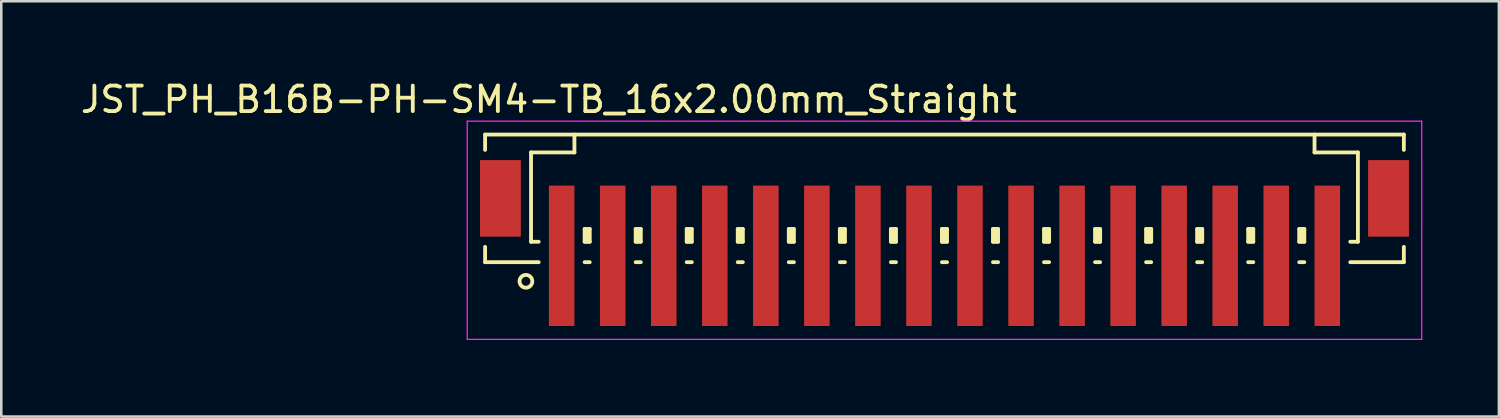
<source format=kicad_pcb>
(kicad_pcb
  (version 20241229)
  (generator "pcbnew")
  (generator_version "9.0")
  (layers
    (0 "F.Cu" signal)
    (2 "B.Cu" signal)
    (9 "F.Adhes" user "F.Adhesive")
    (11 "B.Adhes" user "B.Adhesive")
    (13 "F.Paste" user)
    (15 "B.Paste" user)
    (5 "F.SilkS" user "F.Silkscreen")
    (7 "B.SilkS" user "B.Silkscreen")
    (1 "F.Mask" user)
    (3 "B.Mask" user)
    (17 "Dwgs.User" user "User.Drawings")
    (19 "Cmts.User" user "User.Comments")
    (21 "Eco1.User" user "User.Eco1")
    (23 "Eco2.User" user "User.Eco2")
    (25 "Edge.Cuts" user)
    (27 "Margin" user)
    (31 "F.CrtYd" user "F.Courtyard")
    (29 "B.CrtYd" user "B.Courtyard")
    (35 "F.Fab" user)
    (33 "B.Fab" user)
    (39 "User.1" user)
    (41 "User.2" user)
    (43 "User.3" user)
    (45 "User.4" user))
  (footprint "JST_PH_B16B-PH-SM4-TB_16x2.00mm_Straight"
    (layer "F.Cu")
    (at 33.958 5.848)
    (property "Reference" "JST_PH_B16B-PH-SM4-TB_16x2.00mm_Straight" (at -15.5 -5 0) (layer "F.SilkS") (effects (font (size 1 1) (thickness 0.15))))
    (attr smd)
    (fp_line (start -18 -3.625) (end 18 -3.625) (stroke (width 0.15) (type solid)) (layer "F.SilkS"))
    (fp_line (start -18 -3.025) (end -18 -3.625) (stroke (width 0.15) (type solid)) (layer "F.SilkS"))
    (fp_line (start -18 0.775) (end -18 1.375) (stroke (width 0.15) (type solid)) (layer "F.SilkS"))
    (fp_line (start -18 1.375) (end -15.9 1.375) (stroke (width 0.15) (type solid)) (layer "F.SilkS"))
    (fp_line (start -16.2 -2.925) (end -16.2 0.575) (stroke (width 0.15) (type solid)) (layer "F.SilkS"))
    (fp_line (start -16.2 0.575) (end -15.9 0.575) (stroke (width 0.15) (type solid)) (layer "F.SilkS"))
    (fp_line (start -14.5 -3.625) (end -14.5 -2.925) (stroke (width 0.15) (type solid)) (layer "F.SilkS"))
    (fp_line (start -14.5 -2.925) (end -16.2 -2.925) (stroke (width 0.15) (type solid)) (layer "F.SilkS"))
    (fp_line (start -14.1 0.075) (end -13.9 0.075) (stroke (width 0.15) (type solid)) (layer "F.SilkS"))
    (fp_line (start -14.1 0.575) (end -14.1 0.075) (stroke (width 0.15) (type solid)) (layer "F.SilkS"))
    (fp_line (start -14.1 0.575) (end -13.9 0.575) (stroke (width 0.15) (type solid)) (layer "F.SilkS"))
    (fp_line (start -14.1 1.375) (end -13.9 1.375) (stroke (width 0.15) (type solid)) (layer "F.SilkS"))
    (fp_line (start -14 0.575) (end -14 0.075) (stroke (width 0.15) (type solid)) (layer "F.SilkS"))
    (fp_line (start -13.9 0.075) (end -13.9 0.575) (stroke (width 0.15) (type solid)) (layer "F.SilkS"))
    (fp_line (start -12.1 0.075) (end -11.9 0.075) (stroke (width 0.15) (type solid)) (layer "F.SilkS"))
    (fp_line (start -12.1 0.575) (end -12.1 0.075) (stroke (width 0.15) (type solid)) (layer "F.SilkS"))
    (fp_line (start -12.1 0.575) (end -11.9 0.575) (stroke (width 0.15) (type solid)) (layer "F.SilkS"))
    (fp_line (start -12.1 1.375) (end -11.9 1.375) (stroke (width 0.15) (type solid)) (layer "F.SilkS"))
    (fp_line (start -12 0.575) (end -12 0.075) (stroke (width 0.15) (type solid)) (layer "F.SilkS"))
    (fp_line (start -11.9 0.075) (end -11.9 0.575) (stroke (width 0.15) (type solid)) (layer "F.SilkS"))
    (fp_line (start -10.1 0.075) (end -9.9 0.075) (stroke (width 0.15) (type solid)) (layer "F.SilkS"))
    (fp_line (start -10.1 0.575) (end -10.1 0.075) (stroke (width 0.15) (type solid)) (layer "F.SilkS"))
    (fp_line (start -10.1 0.575) (end -9.9 0.575) (stroke (width 0.15) (type solid)) (layer "F.SilkS"))
    (fp_line (start -10.1 1.375) (end -9.9 1.375) (stroke (width 0.15) (type solid)) (layer "F.SilkS"))
    (fp_line (start -10 0.575) (end -10 0.075) (stroke (width 0.15) (type solid)) (layer "F.SilkS"))
    (fp_line (start -9.9 0.075) (end -9.9 0.575) (stroke (width 0.15) (type solid)) (layer "F.SilkS"))
    (fp_line (start -8.1 0.075) (end -7.9 0.075) (stroke (width 0.15) (type solid)) (layer "F.SilkS"))
    (fp_line (start -8.1 0.575) (end -8.1 0.075) (stroke (width 0.15) (type solid)) (layer "F.SilkS"))
    (fp_line (start -8.1 0.575) (end -7.9 0.575) (stroke (width 0.15) (type solid)) (layer "F.SilkS"))
    (fp_line (start -8.1 1.375) (end -7.9 1.375) (stroke (width 0.15) (type solid)) (layer "F.SilkS"))
    (fp_line (start -8 0.575) (end -8 0.075) (stroke (width 0.15) (type solid)) (layer "F.SilkS"))
    (fp_line (start -7.9 0.075) (end -7.9 0.575) (stroke (width 0.15) (type solid)) (layer "F.SilkS"))
    (fp_line (start -6.1 0.075) (end -5.9 0.075) (stroke (width 0.15) (type solid)) (layer "F.SilkS"))
    (fp_line (start -6.1 0.575) (end -6.1 0.075) (stroke (width 0.15) (type solid)) (layer "F.SilkS"))
    (fp_line (start -6.1 0.575) (end -5.9 0.575) (stroke (width 0.15) (type solid)) (layer "F.SilkS"))
    (fp_line (start -6.1 1.375) (end -5.9 1.375) (stroke (width 0.15) (type solid)) (layer "F.SilkS"))
    (fp_line (start -6 0.575) (end -6 0.075) (stroke (width 0.15) (type solid)) (layer "F.SilkS"))
    (fp_line (start -5.9 0.075) (end -5.9 0.575) (stroke (width 0.15) (type solid)) (layer "F.SilkS"))
    (fp_line (start -4.1 0.075) (end -3.9 0.075) (stroke (width 0.15) (type solid)) (layer "F.SilkS"))
    (fp_line (start -4.1 0.575) (end -4.1 0.075) (stroke (width 0.15) (type solid)) (layer "F.SilkS"))
    (fp_line (start -4.1 0.575) (end -3.9 0.575) (stroke (width 0.15) (type solid)) (layer "F.SilkS"))
    (fp_line (start -4.1 1.375) (end -3.9 1.375) (stroke (width 0.15) (type solid)) (layer "F.SilkS"))
    (fp_line (start -4 0.575) (end -4 0.075) (stroke (width 0.15) (type solid)) (layer "F.SilkS"))
    (fp_line (start -3.9 0.075) (end -3.9 0.575) (stroke (width 0.15) (type solid)) (layer "F.SilkS"))
    (fp_line (start -2.1 0.075) (end -1.9 0.075) (stroke (width 0.15) (type solid)) (layer "F.SilkS"))
    (fp_line (start -2.1 0.575) (end -2.1 0.075) (stroke (width 0.15) (type solid)) (layer "F.SilkS"))
    (fp_line (start -2.1 0.575) (end -1.9 0.575) (stroke (width 0.15) (type solid)) (layer "F.SilkS"))
    (fp_line (start -2.1 1.375) (end -1.9 1.375) (stroke (width 0.15) (type solid)) (layer "F.SilkS"))
    (fp_line (start -2 0.575) (end -2 0.075) (stroke (width 0.15) (type solid)) (layer "F.SilkS"))
    (fp_line (start -1.9 0.075) (end -1.9 0.575) (stroke (width 0.15) (type solid)) (layer "F.SilkS"))
    (fp_line (start -0.1 0.075) (end 0.1 0.075) (stroke (width 0.15) (type solid)) (layer "F.SilkS"))
    (fp_line (start -0.1 0.575) (end -0.1 0.075) (stroke (width 0.15) (type solid)) (layer "F.SilkS"))
    (fp_line (start -0.1 0.575) (end 0.1 0.575) (stroke (width 0.15) (type solid)) (layer "F.SilkS"))
    (fp_line (start -0.1 1.375) (end 0.1 1.375) (stroke (width 0.15) (type solid)) (layer "F.SilkS"))
    (fp_line (start 0 0.575) (end 0 0.075) (stroke (width 0.15) (type solid)) (layer "F.SilkS"))
    (fp_line (start 0.1 0.075) (end 0.1 0.575) (stroke (width 0.15) (type solid)) (layer "F.SilkS"))
    (fp_line (start 1.9 0.075) (end 2.1 0.075) (stroke (width 0.15) (type solid)) (layer "F.SilkS"))
    (fp_line (start 1.9 0.575) (end 1.9 0.075) (stroke (width 0.15) (type solid)) (layer "F.SilkS"))
    (fp_line (start 1.9 0.575) (end 2.1 0.575) (stroke (width 0.15) (type solid)) (layer "F.SilkS"))
    (fp_line (start 1.9 1.375) (end 2.1 1.375) (stroke (width 0.15) (type solid)) (layer "F.SilkS"))
    (fp_line (start 2 0.575) (end 2 0.075) (stroke (width 0.15) (type solid)) (layer "F.SilkS"))
    (fp_line (start 2.1 0.075) (end 2.1 0.575) (stroke (width 0.15) (type solid)) (layer "F.SilkS"))
    (fp_line (start 3.9 0.075) (end 4.1 0.075) (stroke (width 0.15) (type solid)) (layer "F.SilkS"))
    (fp_line (start 3.9 0.575) (end 3.9 0.075) (stroke (width 0.15) (type solid)) (layer "F.SilkS"))
    (fp_line (start 3.9 0.575) (end 4.1 0.575) (stroke (width 0.15) (type solid)) (layer "F.SilkS"))
    (fp_line (start 3.9 1.375) (end 4.1 1.375) (stroke (width 0.15) (type solid)) (layer "F.SilkS"))
    (fp_line (start 4 0.575) (end 4 0.075) (stroke (width 0.15) (type solid)) (layer "F.SilkS"))
    (fp_line (start 4.1 0.075) (end 4.1 0.575) (stroke (width 0.15) (type solid)) (layer "F.SilkS"))
    (fp_line (start 5.9 0.075) (end 6.1 0.075) (stroke (width 0.15) (type solid)) (layer "F.SilkS"))
    (fp_line (start 5.9 0.575) (end 5.9 0.075) (stroke (width 0.15) (type solid)) (layer "F.SilkS"))
    (fp_line (start 5.9 0.575) (end 6.1 0.575) (stroke (width 0.15) (type solid)) (layer "F.SilkS"))
    (fp_line (start 5.9 1.375) (end 6.1 1.375) (stroke (width 0.15) (type solid)) (layer "F.SilkS"))
    (fp_line (start 6 0.575) (end 6 0.075) (stroke (width 0.15) (type solid)) (layer "F.SilkS"))
    (fp_line (start 6.1 0.075) (end 6.1 0.575) (stroke (width 0.15) (type solid)) (layer "F.SilkS"))
    (fp_line (start 7.9 0.075) (end 8.1 0.075) (stroke (width 0.15) (type solid)) (layer "F.SilkS"))
    (fp_line (start 7.9 0.575) (end 7.9 0.075) (stroke (width 0.15) (type solid)) (layer "F.SilkS"))
    (fp_line (start 7.9 0.575) (end 8.1 0.575) (stroke (width 0.15) (type solid)) (layer "F.SilkS"))
    (fp_line (start 7.9 1.375) (end 8.1 1.375) (stroke (width 0.15) (type solid)) (layer "F.SilkS"))
    (fp_line (start 8 0.575) (end 8 0.075) (stroke (width 0.15) (type solid)) (layer "F.SilkS"))
    (fp_line (start 8.1 0.075) (end 8.1 0.575) (stroke (width 0.15) (type solid)) (layer "F.SilkS"))
    (fp_line (start 9.9 0.075) (end 10.1 0.075) (stroke (width 0.15) (type solid)) (layer "F.SilkS"))
    (fp_line (start 9.9 0.575) (end 9.9 0.075) (stroke (width 0.15) (type solid)) (layer "F.SilkS"))
    (fp_line (start 9.9 0.575) (end 10.1 0.575) (stroke (width 0.15) (type solid)) (layer "F.SilkS"))
    (fp_line (start 9.9 1.375) (end 10.1 1.375) (stroke (width 0.15) (type solid)) (layer "F.SilkS"))
    (fp_line (start 10 0.575) (end 10 0.075) (stroke (width 0.15) (type solid)) (layer "F.SilkS"))
    (fp_line (start 10.1 0.075) (end 10.1 0.575) (stroke (width 0.15) (type solid)) (layer "F.SilkS"))
    (fp_line (start 11.9 0.075) (end 12.1 0.075) (stroke (width 0.15) (type solid)) (layer "F.SilkS"))
    (fp_line (start 11.9 0.575) (end 11.9 0.075) (stroke (width 0.15) (type solid)) (layer "F.SilkS"))
    (fp_line (start 11.9 0.575) (end 12.1 0.575) (stroke (width 0.15) (type solid)) (layer "F.SilkS"))
    (fp_line (start 11.9 1.375) (end 12.1 1.375) (stroke (width 0.15) (type solid)) (layer "F.SilkS"))
    (fp_line (start 12 0.575) (end 12 0.075) (stroke (width 0.15) (type solid)) (layer "F.SilkS"))
    (fp_line (start 12.1 0.075) (end 12.1 0.575) (stroke (width 0.15) (type solid)) (layer "F.SilkS"))
    (fp_line (start 13.9 0.075) (end 14.1 0.075) (stroke (width 0.15) (type solid)) (layer "F.SilkS"))
    (fp_line (start 13.9 0.575) (end 13.9 0.075) (stroke (width 0.15) (type solid)) (layer "F.SilkS"))
    (fp_line (start 13.9 0.575) (end 14.1 0.575) (stroke (width 0.15) (type solid)) (layer "F.SilkS"))
    (fp_line (start 13.9 1.375) (end 14.1 1.375) (stroke (width 0.15) (type solid)) (layer "F.SilkS"))
    (fp_line (start 14 0.575) (end 14 0.075) (stroke (width 0.15) (type solid)) (layer "F.SilkS"))
    (fp_line (start 14.1 0.075) (end 14.1 0.575) (stroke (width 0.15) (type solid)) (layer "F.SilkS"))
    (fp_line (start 14.5 -3.625) (end 14.5 -2.925) (stroke (width 0.15) (type solid)) (layer "F.SilkS"))
    (fp_line (start 14.5 -2.925) (end 16.2 -2.925) (stroke (width 0.15) (type solid)) (layer "F.SilkS"))
    (fp_line (start 16.2 -2.925) (end 16.2 0.575) (stroke (width 0.15) (type solid)) (layer "F.SilkS"))
    (fp_line (start 16.2 0.575) (end 15.9 0.575) (stroke (width 0.15) (type solid)) (layer "F.SilkS"))
    (fp_line (start 18 -3.625) (end 18 -3.025) (stroke (width 0.15) (type solid)) (layer "F.SilkS"))
    (fp_line (start 18 0.775) (end 18 1.375) (stroke (width 0.15) (type solid)) (layer "F.SilkS"))
    (fp_line (start 18 1.375) (end 15.9 1.375) (stroke (width 0.15) (type solid)) (layer "F.SilkS"))
    (fp_circle (center -16.4 2.125) (end -16.15 2.125) (stroke (width 0.15) (type solid)) (fill no) (layer "F.SilkS"))
    (fp_line (start -18.7 -4.15) (end 18.7 -4.15) (stroke (width 0.05) (type solid)) (layer "F.CrtYd"))
    (fp_line (start -18.7 4.4) (end -18.7 -4.15) (stroke (width 0.05) (type solid)) (layer "F.CrtYd"))
    (fp_line (start 18.7 -4.15) (end 18.7 4.4) (stroke (width 0.05) (type solid)) (layer "F.CrtYd"))
    (fp_line (start 18.7 4.4) (end -18.7 4.4) (stroke (width 0.05) (type solid)) (layer "F.CrtYd"))
    (pad "" smd rect (at -17.4 -1.125) (size 1.6 3) (layers "F.Cu" "F.Mask" "F.Paste"))
    (pad "" smd rect (at 17.4 -1.125) (size 1.6 3) (layers "F.Cu" "F.Mask" "F.Paste"))
    (pad "1" smd rect (at -15 1.125) (size 1 5.5) (layers "F.Cu" "F.Mask" "F.Paste"))
    (pad "2" smd rect (at -13 1.125) (size 1 5.5) (layers "F.Cu" "F.Mask" "F.Paste"))
    (pad "3" smd rect (at -11 1.125) (size 1 5.5) (layers "F.Cu" "F.Mask" "F.Paste"))
    (pad "4" smd rect (at -9 1.125) (size 1 5.5) (layers "F.Cu" "F.Mask" "F.Paste"))
    (pad "5" smd rect (at -7 1.125) (size 1 5.5) (layers "F.Cu" "F.Mask" "F.Paste"))
    (pad "6" smd rect (at -5 1.125) (size 1 5.5) (layers "F.Cu" "F.Mask" "F.Paste"))
    (pad "7" smd rect (at -3 1.125) (size 1 5.5) (layers "F.Cu" "F.Mask" "F.Paste"))
    (pad "8" smd rect (at -1 1.125) (size 1 5.5) (layers "F.Cu" "F.Mask" "F.Paste"))
    (pad "9" smd rect (at 1 1.125) (size 1 5.5) (layers "F.Cu" "F.Mask" "F.Paste"))
    (pad "10" smd rect (at 3 1.125) (size 1 5.5) (layers "F.Cu" "F.Mask" "F.Paste"))
    (pad "11" smd rect (at 5 1.125) (size 1 5.5) (layers "F.Cu" "F.Mask" "F.Paste"))
    (pad "12" smd rect (at 7 1.125) (size 1 5.5) (layers "F.Cu" "F.Mask" "F.Paste"))
    (pad "13" smd rect (at 9 1.125) (size 1 5.5) (layers "F.Cu" "F.Mask" "F.Paste"))
    (pad "14" smd rect (at 11 1.125) (size 1 5.5) (layers "F.Cu" "F.Mask" "F.Paste"))
    (pad "15" smd rect (at 13 1.125) (size 1 5.5) (layers "F.Cu" "F.Mask" "F.Paste"))
    (pad "16" smd rect (at 15 1.125) (size 1 5.5) (layers "F.Cu" "F.Mask" "F.Paste")))
  (gr_rect
    (start -3 -3)
    (end 55.683 13.273)
    (stroke (width 0.1) (type default))
    (fill no)
    (layer "Edge.Cuts")))
</source>
